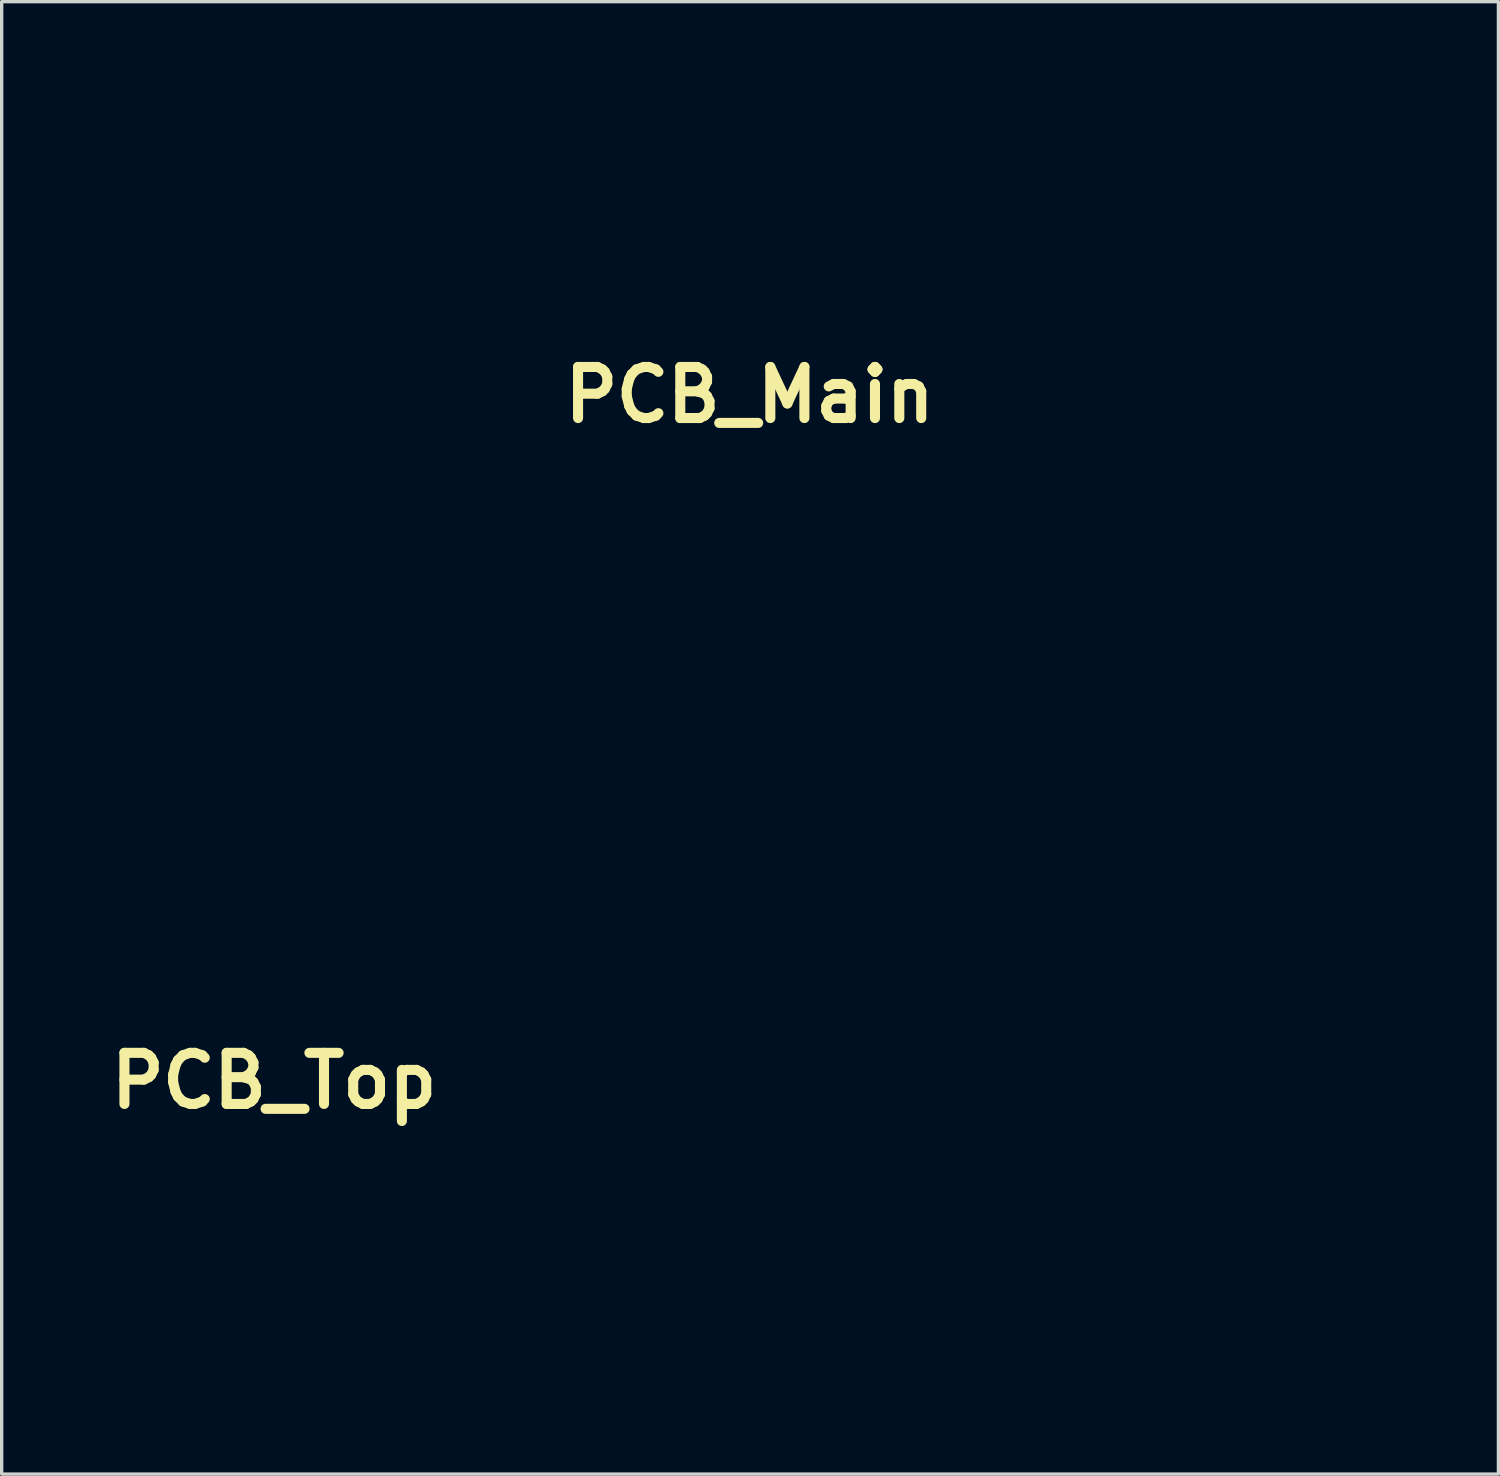
<source format=kicad_pcb>
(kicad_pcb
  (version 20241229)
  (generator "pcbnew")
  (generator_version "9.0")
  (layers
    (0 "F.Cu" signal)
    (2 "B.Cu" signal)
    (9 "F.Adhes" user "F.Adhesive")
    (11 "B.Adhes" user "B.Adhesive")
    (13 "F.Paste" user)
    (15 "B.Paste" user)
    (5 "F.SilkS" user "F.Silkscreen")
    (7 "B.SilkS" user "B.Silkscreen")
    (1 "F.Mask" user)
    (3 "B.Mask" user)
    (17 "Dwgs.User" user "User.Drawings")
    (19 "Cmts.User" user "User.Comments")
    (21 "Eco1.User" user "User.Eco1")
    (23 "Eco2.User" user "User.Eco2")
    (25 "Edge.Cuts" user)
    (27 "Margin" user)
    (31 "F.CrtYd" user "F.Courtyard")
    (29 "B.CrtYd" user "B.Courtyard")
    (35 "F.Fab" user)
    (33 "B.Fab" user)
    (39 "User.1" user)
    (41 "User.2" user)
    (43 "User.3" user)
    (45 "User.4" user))
  (footprint "PCB_Top"
    (layer "F.Cu")
    (at 5.124 29.18)
    (property "Reference" "PCB_Top" (at 0 0 0) (layer "F.SilkS") (effects (font (size 1.524 1.524) (thickness 0.3))))
    (attr through_hole)
    (fp_poly (pts (xy 4.083 1.507) (xy 3.987 1.522) (xy 3.865 1.564) (xy 3.757 1.643) (xy 3.672 1.751) (xy 3.616 1.88) (xy 3.602 1.947) (xy 3.606 2.073) (xy 3.648 2.196) (xy 3.721 2.307) (xy 3.817 2.397) (xy 3.929 2.458) (xy 4.05 2.482) (xy 4.054 2.482) (xy 4.058 2.49) (xy 4.062 2.517) (xy 4.065 2.563) (xy 4.068 2.632) (xy 4.071 2.724) (xy 4.073 2.843) (xy 4.075 2.989) (xy 4.077 3.165) (xy 4.079 3.373) (xy 4.08 3.615) (xy 4.081 3.892) (xy 4.082 4.208) (xy 4.082 4.562) (xy 4.082 4.959) (xy 4.083 5.399) (xy 4.083 5.602) (xy 4.083 8.722) (xy 3.375 8.722) (xy 3.176 8.722) (xy 3.018 8.721) (xy 2.896 8.72) (xy 2.807 8.718) (xy 2.744 8.714) (xy 2.704 8.709) (xy 2.681 8.702) (xy 2.671 8.693) (xy 2.668 8.68) (xy 2.668 8.675) (xy 2.649 8.626) (xy 2.602 8.597) (xy 2.542 8.588) (xy 2.481 8.6) (xy 2.436 8.634) (xy 2.422 8.664) (xy 2.407 8.722) (xy 1.273 8.722) (xy 1.012 8.722) (xy 0.793 8.721) (xy 0.613 8.72) (xy 0.468 8.719) (xy 0.356 8.716) (xy 0.271 8.713) (xy 0.211 8.709) (xy 0.171 8.704) (xy 0.149 8.698) (xy 0.14 8.691) (xy 0.139 8.688) (xy 0.121 8.651) (xy 0.081 8.615) (xy 0.008 8.59) (xy -0.062 8.603) (xy -0.114 8.651) (xy -0.12 8.664) (xy -0.147 8.722) (xy -2.39 8.722) (xy -2.412 8.664) (xy -2.452 8.615) (xy -2.515 8.588) (xy -2.579 8.591) (xy -2.596 8.599) (xy -2.635 8.638) (xy -2.656 8.672) (xy -2.663 8.686) (xy -2.675 8.697) (xy -2.695 8.706) (xy -2.729 8.712) (xy -2.782 8.717) (xy -2.86 8.719) (xy -2.967 8.721) (xy -3.108 8.722) (xy -3.288 8.722) (xy -3.369 8.722) (xy -4.059 8.722) (xy -4.059 5.439) (xy -4.007 5.416) (xy -3.972 5.39) (xy -3.957 5.343) (xy -3.955 5.3) (xy -3.961 5.235) (xy -3.983 5.198) (xy -4.007 5.185) (xy -4.059 5.162) (xy -4.059 -6.1) (xy -3.084 -6.1) (xy -3.067 -6.047) (xy -3.057 -6.036) (xy -3.005 -6.009) (xy -2.952 -6.022) (xy -2.924 -6.053) (xy -2.913 -6.101) (xy -2.571 -6.101) (xy -2.562 -6.044) (xy -2.522 -6.014) (xy -2.458 -6.019) (xy -2.449 -6.022) (xy -2.419 -6.054) (xy -2.416 -6.088) (xy -0.58 -6.088) (xy -0.563 -6.034) (xy -0.516 -6.011) (xy -0.454 -6.022) (xy -0.424 -6.055) (xy -0.418 -6.1) (xy 2.414 -6.1) (xy 2.43 -6.047) (xy 2.44 -6.036) (xy 2.493 -6.009) (xy 2.546 -6.022) (xy 2.574 -6.053) (xy 2.584 -6.101) (xy 2.923 -6.101) (xy 2.938 -6.038) (xy 2.982 -6.011) (xy 3.048 -6.022) (xy 3.078 -6.054) (xy 3.083 -6.106) (xy 3.064 -6.156) (xy 3.051 -6.169) (xy 2.999 -6.189) (xy 2.952 -6.171) (xy 2.925 -6.123) (xy 2.923 -6.101) (xy 2.584 -6.101) (xy 2.587 -6.115) (xy 2.56 -6.164) (xy 2.525 -6.183) (xy 2.469 -6.182) (xy 2.429 -6.149) (xy 2.414 -6.1) (xy -0.418 -6.1) (xy -0.417 -6.106) (xy -0.433 -6.155) (xy -0.465 -6.182) (xy -0.524 -6.181) (xy -0.566 -6.143) (xy -0.58 -6.088) (xy -2.416 -6.088) (xy -2.415 -6.106) (xy -2.435 -6.157) (xy -2.449 -6.172) (xy -2.497 -6.188) (xy -2.541 -6.165) (xy -2.569 -6.113) (xy -2.571 -6.101) (xy -2.913 -6.101) (xy -2.91 -6.115) (xy -2.938 -6.164) (xy -2.972 -6.183) (xy -3.028 -6.182) (xy -3.068 -6.149) (xy -3.084 -6.1) (xy -4.059 -6.1) (xy -4.059 -8.699) (xy 4.083 -8.699) (xy 4.083 1.507)) (stroke (width 0.01) (type solid)) (fill no) (layer "Eco1.User")))
  (footprint "PCB_Main"
    (layer "F.Cu")
    (at 19.304 8.727)
    (property "Reference" "PCB_Main" (at 0 0 0) (layer "F.SilkS") (effects (font (size 1.524 1.524) (thickness 0.3))))
    (attr through_hole)
    (fp_poly (pts (xy 9.951 -3.363) (xy 11.157 -3.363) (xy 11.157 -8.722) (xy 19.323 -8.722) (xy 19.323 -4.344) (xy 19.24 -4.33) (xy 19.103 -4.286) (xy 18.988 -4.203) (xy 18.902 -4.09) (xy 18.896 -4.078) (xy 18.845 -3.937) (xy 18.839 -3.8) (xy 18.878 -3.66) (xy 18.896 -3.623) (xy 18.978 -3.507) (xy 19.092 -3.421) (xy 19.227 -3.373) (xy 19.24 -3.371) (xy 19.323 -3.357) (xy 19.323 4.372) (xy 17.136 6.559) (xy 14.95 8.745) (xy -19.299 8.745) (xy -19.299 5.668) (xy -9.264 5.668) (xy -9.244 5.824) (xy -9.185 5.956) (xy -9.085 6.069) (xy -9.076 6.076) (xy -8.948 6.153) (xy -8.803 6.19) (xy -8.652 6.186) (xy -8.501 6.139) (xy -8.5 6.138) (xy -8.371 6.056) (xy -8.28 5.946) (xy -8.227 5.81) (xy -8.219 5.726) (xy -6.975 5.726) (xy -6.975 5.729) (xy -6.936 5.877) (xy -6.863 6.002) (xy -6.762 6.098) (xy -6.639 6.163) (xy -6.502 6.194) (xy -6.356 6.186) (xy -6.208 6.137) (xy -6.191 6.129) (xy -6.072 6.043) (xy -5.987 5.934) (xy -5.936 5.808) (xy -5.918 5.678) (xy -4.684 5.678) (xy -4.671 5.802) (xy -4.659 5.848) (xy -4.593 5.977) (xy -4.494 6.079) (xy -4.37 6.15) (xy -4.228 6.188) (xy -4.076 6.188) (xy -3.99 6.171) (xy -3.865 6.113) (xy -3.763 6.023) (xy -3.688 5.907) (xy -3.643 5.774) (xy -3.635 5.671) (xy -2.399 5.671) (xy -2.376 5.824) (xy -2.317 5.956) (xy -2.227 6.063) (xy -2.113 6.14) (xy -1.981 6.184) (xy -1.837 6.192) (xy -1.687 6.16) (xy -1.633 6.138) (xy -1.511 6.059) (xy -1.423 5.955) (xy -1.368 5.835) (xy -1.348 5.726) (xy -0.109 5.726) (xy -0.109 5.729) (xy -0.07 5.881) (xy 0.006 6.008) (xy 0.113 6.105) (xy 0.247 6.168) (xy 0.403 6.192) (xy 0.418 6.192) (xy 0.525 6.182) (xy 0.623 6.156) (xy 0.638 6.15) (xy 0.772 6.066) (xy 0.868 5.956) (xy 0.927 5.819) (xy 0.944 5.729) (xy 0.942 5.571) (xy 0.899 5.431) (xy 0.821 5.312) (xy 0.712 5.22) (xy 0.577 5.161) (xy 0.42 5.14) (xy 0.418 5.14) (xy 0.261 5.16) (xy 0.125 5.219) (xy 0.016 5.31) (xy -0.063 5.428) (xy -0.106 5.569) (xy -0.109 5.726) (xy -1.348 5.726) (xy -1.344 5.705) (xy -1.351 5.573) (xy -1.39 5.445) (xy -1.458 5.331) (xy -1.555 5.236) (xy -1.681 5.168) (xy -1.716 5.157) (xy -1.869 5.134) (xy -2.014 5.152) (xy -2.144 5.207) (xy -2.254 5.294) (xy -2.337 5.409) (xy -2.387 5.546) (xy -2.399 5.671) (xy -3.635 5.671) (xy -3.632 5.633) (xy -3.658 5.492) (xy -3.689 5.416) (xy -3.775 5.296) (xy -3.884 5.209) (xy -4.01 5.156) (xy -4.144 5.135) (xy -4.279 5.148) (xy -4.407 5.194) (xy -4.521 5.272) (xy -4.612 5.383) (xy -4.642 5.44) (xy -4.674 5.549) (xy -4.684 5.678) (xy -5.918 5.678) (xy -5.918 5.673) (xy -5.933 5.538) (xy -5.981 5.409) (xy -6.063 5.295) (xy -6.177 5.204) (xy -6.201 5.19) (xy -6.29 5.156) (xy -6.394 5.141) (xy -6.449 5.14) (xy -6.605 5.16) (xy -6.741 5.219) (xy -6.85 5.31) (xy -6.929 5.428) (xy -6.972 5.569) (xy -6.975 5.726) (xy -8.219 5.726) (xy -8.212 5.663) (xy -8.233 5.509) (xy -8.292 5.375) (xy -8.382 5.266) (xy -8.497 5.187) (xy -8.632 5.142) (xy -8.782 5.137) (xy -8.838 5.146) (xy -8.99 5.199) (xy -9.112 5.284) (xy -9.2 5.4) (xy -9.251 5.541) (xy -9.264 5.668) (xy -19.299 5.668) (xy -19.299 3.616) (xy -17.523 3.616) (xy -17.518 3.831) (xy -17.473 4.038) (xy -17.392 4.231) (xy -17.274 4.405) (xy -17.123 4.556) (xy -16.94 4.677) (xy -16.901 4.697) (xy -16.71 4.773) (xy -16.526 4.812) (xy -16.336 4.815) (xy -16.214 4.801) (xy -16.07 4.765) (xy -15.914 4.703) (xy -15.765 4.624) (xy -15.643 4.537) (xy -15.643 4.537) (xy -15.574 4.469) (xy -15.503 4.384) (xy -15.466 4.332) (xy -15.359 4.132) (xy -15.294 3.924) (xy -15.269 3.713) (xy -15.27 3.697) (xy -10.414 3.697) (xy -10.39 3.843) (xy -10.324 3.981) (xy -10.306 4.008) (xy -10.202 4.111) (xy -10.074 4.18) (xy -9.931 4.212) (xy -9.783 4.206) (xy -9.639 4.159) (xy -9.632 4.155) (xy -9.512 4.07) (xy -9.425 3.959) (xy -9.371 3.829) (xy -9.356 3.732) (xy -8.119 3.732) (xy -8.09 3.873) (xy -8.023 4.001) (xy -7.921 4.106) (xy -7.787 4.184) (xy -7.775 4.188) (xy -7.668 4.211) (xy -7.542 4.21) (xy -7.417 4.186) (xy -7.336 4.155) (xy -7.221 4.072) (xy -7.135 3.96) (xy -7.082 3.827) (xy -7.063 3.684) (xy -7.063 3.684) (xy -5.833 3.684) (xy -5.816 3.826) (xy -5.764 3.955) (xy -5.682 4.063) (xy -5.576 4.147) (xy -5.45 4.201) (xy -5.311 4.22) (xy -5.164 4.199) (xy -5.13 4.188) (xy -4.998 4.124) (xy -4.899 4.033) (xy -4.836 3.934) (xy -4.788 3.788) (xy -4.783 3.69) (xy -3.55 3.69) (xy -3.532 3.816) (xy -3.484 3.933) (xy -3.411 4.037) (xy -3.317 4.122) (xy -3.204 4.183) (xy -3.078 4.215) (xy -2.942 4.213) (xy -2.799 4.171) (xy -2.766 4.155) (xy -2.646 4.069) (xy -2.556 3.953) (xy -2.499 3.816) (xy -2.491 3.754) (xy -1.251 3.754) (xy -1.213 3.895) (xy -1.14 4.02) (xy -1.033 4.122) (xy -0.909 4.188) (xy -0.802 4.211) (xy -0.675 4.21) (xy -0.549 4.186) (xy -0.468 4.154) (xy -0.36 4.075) (xy -0.273 3.962) (xy -0.215 3.827) (xy -0.207 3.795) (xy -0.193 3.714) (xy -0.195 3.644) (xy -0.206 3.593) (xy 7.452 3.593) (xy 7.454 3.797) (xy 7.492 3.996) (xy 7.563 4.186) (xy 7.668 4.361) (xy 7.806 4.515) (xy 7.976 4.643) (xy 8.077 4.697) (xy 8.271 4.774) (xy 8.457 4.812) (xy 8.649 4.815) (xy 8.768 4.8) (xy 8.869 4.777) (xy 8.984 4.739) (xy 9.082 4.697) (xy 9.268 4.585) (xy 9.42 4.445) (xy 9.54 4.283) (xy 9.627 4.104) (xy 9.681 3.913) (xy 9.702 3.717) (xy 9.691 3.519) (xy 9.646 3.326) (xy 9.569 3.143) (xy 9.458 2.975) (xy 9.418 2.933) (xy 13.848 2.933) (xy 13.868 2.977) (xy 13.918 3.004) (xy 13.985 3.012) (xy 14.052 2.995) (xy 14.059 2.992) (xy 14.095 2.958) (xy 14.103 2.934) (xy 14.092 2.915) (xy 16.377 2.915) (xy 16.391 2.942) (xy 16.416 2.974) (xy 16.474 3.007) (xy 16.543 3.007) (xy 16.605 2.976) (xy 16.626 2.952) (xy 16.661 2.9) (xy 16.519 2.9) (xy 16.444 2.902) (xy 16.393 2.908) (xy 16.377 2.915) (xy 14.092 2.915) (xy 14.091 2.913) (xy 14.049 2.902) (xy 13.976 2.9) (xy 13.898 2.903) (xy 13.858 2.914) (xy 13.848 2.933) (xy 9.418 2.933) (xy 9.33 2.843) (xy 12.572 2.843) (xy 12.585 2.863) (xy 12.627 2.873) (xy 12.707 2.876) (xy 12.712 2.876) (xy 12.786 2.873) (xy 12.836 2.864) (xy 12.851 2.853) (xy 15.101 2.853) (xy 15.122 2.866) (xy 15.177 2.874) (xy 15.24 2.876) (xy 15.328 2.872) (xy 15.373 2.859) (xy 15.379 2.849) (xy 15.368 2.821) (xy 17.653 2.821) (xy 17.657 2.853) (xy 17.703 2.871) (xy 17.791 2.876) (xy 17.867 2.875) (xy 17.907 2.868) (xy 17.919 2.853) (xy 17.915 2.836) (xy 17.874 2.775) (xy 17.811 2.742) (xy 17.743 2.742) (xy 17.689 2.774) (xy 17.653 2.821) (xy 15.368 2.821) (xy 15.36 2.801) (xy 15.313 2.759) (xy 15.256 2.738) (xy 15.248 2.737) (xy 15.196 2.752) (xy 15.143 2.788) (xy 15.107 2.832) (xy 15.101 2.853) (xy 12.851 2.853) (xy 12.832 2.812) (xy 12.785 2.77) (xy 12.73 2.742) (xy 12.702 2.737) (xy 12.639 2.754) (xy 12.591 2.795) (xy 12.572 2.843) (xy 9.33 2.843) (xy 9.314 2.827) (xy 9.138 2.706) (xy 9.097 2.684) (xy 8.883 2.601) (xy 8.663 2.562) (xy 8.444 2.564) (xy 8.231 2.609) (xy 8.03 2.695) (xy 7.847 2.821) (xy 7.812 2.852) (xy 7.665 3.015) (xy 7.557 3.197) (xy 7.486 3.392) (xy 7.452 3.593) (xy -0.206 3.593) (xy -0.212 3.562) (xy -0.22 3.536) (xy -0.282 3.396) (xy -0.376 3.286) (xy -0.494 3.207) (xy -0.63 3.163) (xy -0.776 3.158) (xy -0.925 3.193) (xy -0.963 3.21) (xy -1.057 3.261) (xy -1.122 3.317) (xy -1.174 3.394) (xy -1.204 3.457) (xy -1.249 3.606) (xy -1.251 3.754) (xy -2.491 3.754) (xy -2.482 3.686) (xy -2.504 3.536) (xy -2.565 3.403) (xy -2.659 3.292) (xy -2.779 3.211) (xy -2.919 3.164) (xy -3.016 3.155) (xy -3.161 3.173) (xy -3.287 3.229) (xy -3.39 3.314) (xy -3.483 3.434) (xy -3.535 3.561) (xy -3.55 3.69) (xy -4.783 3.69) (xy -4.781 3.633) (xy -4.815 3.484) (xy -4.827 3.457) (xy -4.877 3.36) (xy -4.932 3.293) (xy -5.008 3.24) (xy -5.068 3.21) (xy -5.216 3.163) (xy -5.363 3.158) (xy -5.502 3.192) (xy -5.625 3.261) (xy -5.726 3.362) (xy -5.797 3.492) (xy -5.81 3.532) (xy -5.833 3.684) (xy -7.063 3.684) (xy -7.081 3.538) (xy -7.123 3.43) (xy -7.206 3.313) (xy -7.314 3.229) (xy -7.439 3.177) (xy -7.574 3.158) (xy -7.709 3.17) (xy -7.837 3.215) (xy -7.949 3.292) (xy -8.039 3.402) (xy -8.055 3.432) (xy -8.108 3.582) (xy -8.119 3.732) (xy -9.356 3.732) (xy -9.351 3.69) (xy -9.366 3.55) (xy -9.419 3.418) (xy -9.502 3.309) (xy -9.605 3.226) (xy -9.722 3.179) (xy -9.82 3.162) (xy -9.979 3.165) (xy -10.118 3.21) (xy -10.242 3.297) (xy -10.339 3.416) (xy -10.397 3.552) (xy -10.414 3.697) (xy -15.27 3.697) (xy -15.282 3.505) (xy -15.332 3.305) (xy -15.417 3.118) (xy -15.535 2.949) (xy -15.684 2.804) (xy -15.864 2.687) (xy -16.017 2.621) (xy -16.234 2.569) (xy -16.451 2.559) (xy -16.663 2.589) (xy -16.864 2.657) (xy -17.048 2.76) (xy -17.209 2.895) (xy -17.341 3.061) (xy -17.409 3.183) (xy -17.487 3.398) (xy -17.523 3.616) (xy -19.299 3.616) (xy -19.299 1.708) (xy -9.268 1.708) (xy -9.256 1.82) (xy -9.202 1.963) (xy -9.115 2.079) (xy -9.002 2.166) (xy -8.871 2.22) (xy -8.728 2.238) (xy -8.581 2.216) (xy -8.488 2.179) (xy -8.387 2.108) (xy -8.299 2.011) (xy -8.24 1.905) (xy -8.235 1.89) (xy -8.213 1.772) (xy -8.215 1.703) (xy -6.97 1.703) (xy -6.95 1.867) (xy -6.894 2.004) (xy -6.803 2.111) (xy -6.677 2.189) (xy -6.592 2.218) (xy -6.52 2.237) (xy -6.473 2.246) (xy -6.432 2.245) (xy -6.377 2.234) (xy -6.335 2.225) (xy -6.186 2.173) (xy -6.069 2.087) (xy -5.986 1.971) (xy -5.938 1.827) (xy -5.927 1.703) (xy -5.928 1.659) (xy -4.681 1.659) (xy -4.678 1.81) (xy -4.643 1.935) (xy -4.575 2.043) (xy -4.564 2.056) (xy -4.447 2.156) (xy -4.309 2.218) (xy -4.159 2.239) (xy -4.004 2.218) (xy -3.931 2.193) (xy -3.868 2.157) (xy -3.802 2.105) (xy -3.79 2.093) (xy -3.698 1.971) (xy -3.645 1.833) (xy -3.632 1.703) (xy -2.401 1.703) (xy -2.382 1.851) (xy -2.321 1.992) (xy -2.308 2.013) (xy -2.21 2.12) (xy -2.087 2.194) (xy -1.948 2.232) (xy -1.8 2.233) (xy -1.655 2.194) (xy -1.622 2.179) (xy -1.521 2.108) (xy -1.433 2.011) (xy -1.374 1.905) (xy -1.368 1.89) (xy -1.347 1.772) (xy -1.349 1.703) (xy -0.104 1.703) (xy -0.084 1.867) (xy -0.028 2.004) (xy 0.063 2.111) (xy 0.19 2.189) (xy 0.274 2.218) (xy 0.346 2.237) (xy 0.393 2.246) (xy 0.434 2.245) (xy 0.489 2.234) (xy 0.531 2.225) (xy 0.68 2.173) (xy 0.797 2.087) (xy 0.88 1.971) (xy 0.928 1.827) (xy 0.939 1.703) (xy 0.936 1.608) (xy 0.925 1.539) (xy 0.899 1.477) (xy 0.869 1.425) (xy 0.772 1.307) (xy 0.65 1.229) (xy 0.503 1.189) (xy 0.418 1.184) (xy 0.258 1.203) (xy 0.123 1.262) (xy 0.013 1.359) (xy -0.034 1.425) (xy -0.073 1.494) (xy -0.094 1.556) (xy -0.103 1.63) (xy -0.104 1.703) (xy -1.349 1.703) (xy -1.351 1.641) (xy -1.377 1.515) (xy -1.422 1.418) (xy -1.523 1.302) (xy -1.646 1.226) (xy -1.793 1.19) (xy -1.821 1.187) (xy -1.972 1.191) (xy -2.097 1.225) (xy -2.206 1.294) (xy -2.219 1.305) (xy -2.318 1.422) (xy -2.38 1.557) (xy -2.401 1.703) (xy -3.632 1.703) (xy -3.631 1.688) (xy -3.656 1.546) (xy -3.719 1.413) (xy -3.812 1.305) (xy -3.92 1.232) (xy -4.042 1.193) (xy -4.189 1.186) (xy -4.21 1.187) (xy -4.363 1.218) (xy -4.491 1.285) (xy -4.589 1.386) (xy -4.654 1.516) (xy -4.681 1.659) (xy -5.928 1.659) (xy -5.93 1.608) (xy -5.941 1.539) (xy -5.967 1.477) (xy -5.997 1.425) (xy -6.094 1.307) (xy -6.216 1.229) (xy -6.363 1.189) (xy -6.449 1.184) (xy -6.609 1.203) (xy -6.743 1.262) (xy -6.853 1.359) (xy -6.9 1.425) (xy -6.939 1.494) (xy -6.96 1.556) (xy -6.969 1.63) (xy -6.97 1.703) (xy -8.215 1.703) (xy -8.217 1.641) (xy -8.243 1.515) (xy -8.288 1.418) (xy -8.389 1.302) (xy -8.512 1.226) (xy -8.659 1.19) (xy -8.687 1.187) (xy -8.838 1.191) (xy -8.963 1.225) (xy -9.072 1.294) (xy -9.085 1.305) (xy -9.185 1.422) (xy -9.247 1.56) (xy -9.268 1.708) (xy -19.299 1.708) (xy -19.299 -0.549) (xy 11.041 -0.549) (xy 11.049 -0.488) (xy 11.069 -0.446) (xy 11.069 -0.445) (xy 11.118 -0.423) (xy 11.184 -0.419) (xy 11.245 -0.432) (xy 11.272 -0.451) (xy 11.295 -0.511) (xy 11.288 -0.582) (xy 11.255 -0.645) (xy 11.224 -0.671) (xy 11.175 -0.692) (xy 11.136 -0.685) (xy 11.102 -0.665) (xy 11.055 -0.617) (xy 11.041 -0.549) (xy -19.299 -0.549) (xy -19.299 -3.479) (xy -15.889 -3.479) (xy -15.889 -2.018) (xy -15.518 -2.018) (xy -15.518 -3.479) (xy -10.392 -3.479) (xy -10.392 -2.018) (xy -10.021 -2.018) (xy -10.021 -3.479) (xy -10.392 -3.479) (xy -15.518 -3.479) (xy -15.889 -3.479) (xy -19.299 -3.479) (xy -19.299 -5.498) (xy -18.279 -5.498) (xy -18.279 -4.013) (xy -17.908 -4.013) (xy -17.908 -5.498) (xy -12.201 -5.498) (xy -12.201 -4.013) (xy -11.807 -4.013) (xy -11.807 -5.498) (xy -6.704 -5.498) (xy -6.704 -4.013) (xy -6.309 -4.013) (xy -6.309 -5.498) (xy -6.704 -5.498) (xy -11.807 -5.498) (xy -12.201 -5.498) (xy -17.908 -5.498) (xy -18.279 -5.498) (xy -19.299 -5.498) (xy -19.299 -8.722) (xy 9.951 -8.722) (xy 9.951 -3.363)) (stroke (width 0.01) (type solid)) (fill no) (layer "Eco1.User")))
  (gr_rect
    (start -3 -3)
    (end 41.632 40.907)
    (stroke (width 0.1) (type default))
    (fill no)
    (layer "Edge.Cuts")))
</source>
